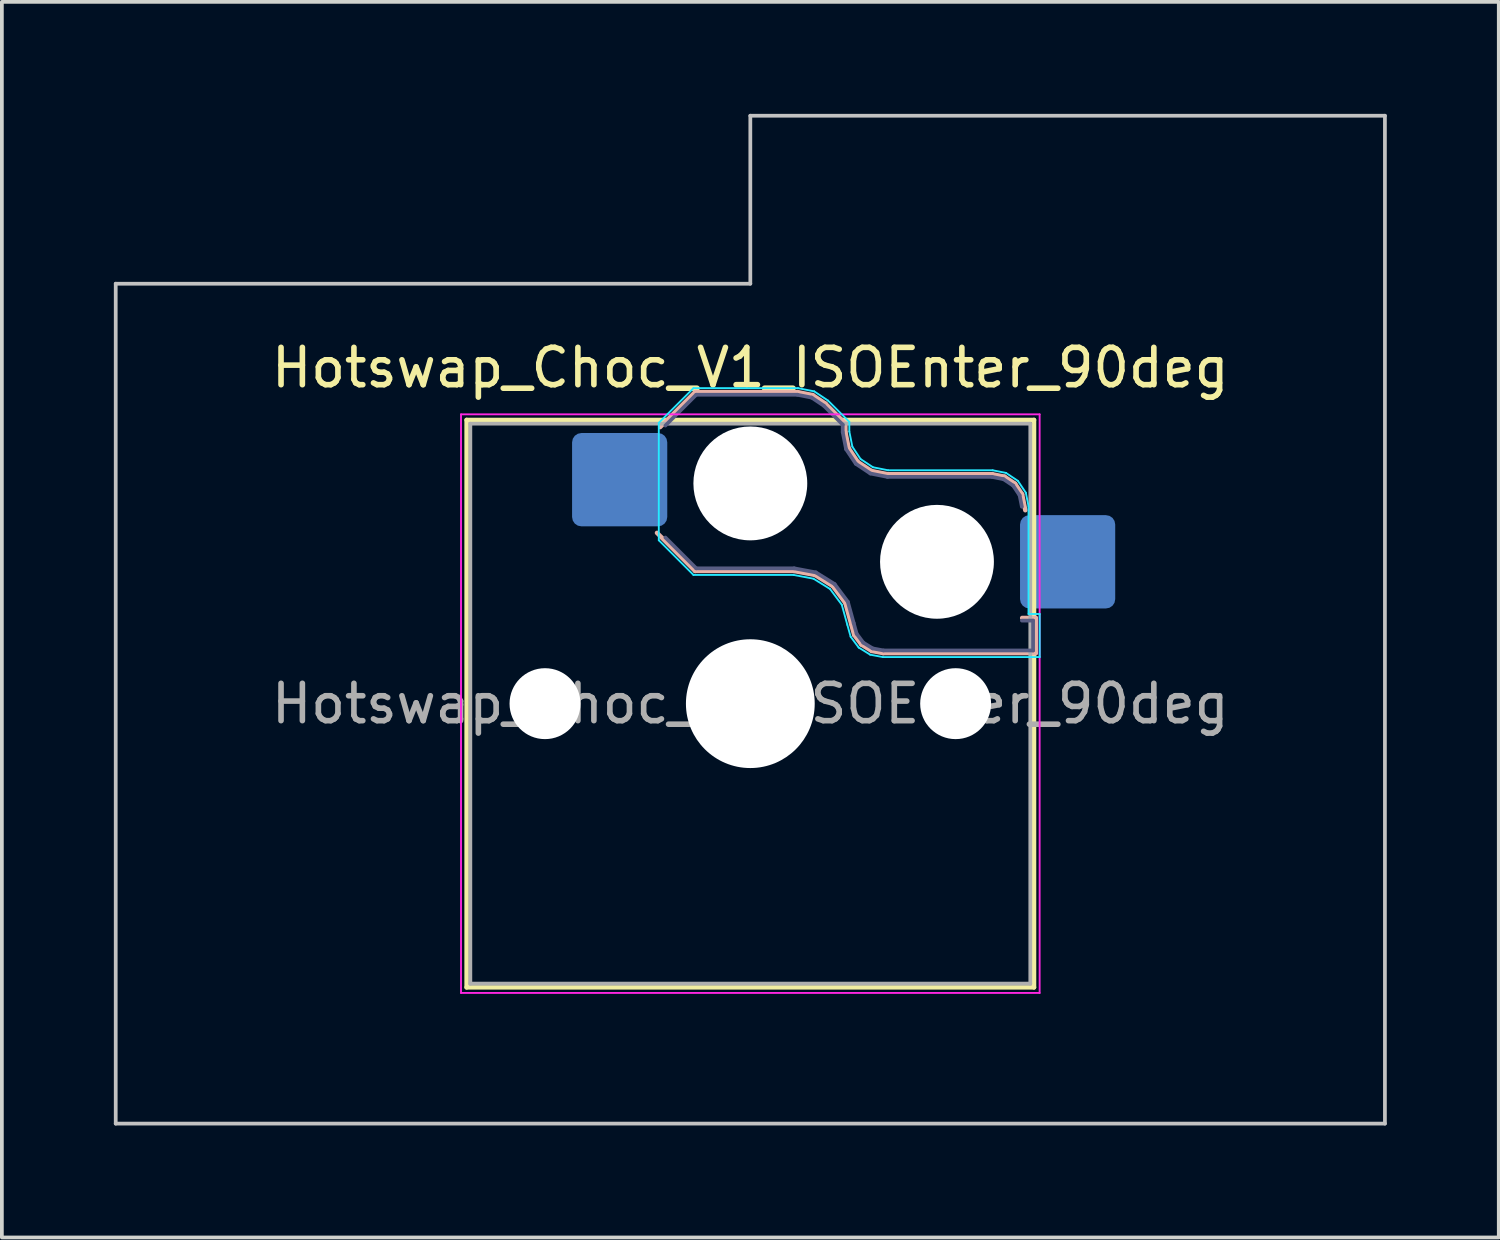
<source format=kicad_pcb>
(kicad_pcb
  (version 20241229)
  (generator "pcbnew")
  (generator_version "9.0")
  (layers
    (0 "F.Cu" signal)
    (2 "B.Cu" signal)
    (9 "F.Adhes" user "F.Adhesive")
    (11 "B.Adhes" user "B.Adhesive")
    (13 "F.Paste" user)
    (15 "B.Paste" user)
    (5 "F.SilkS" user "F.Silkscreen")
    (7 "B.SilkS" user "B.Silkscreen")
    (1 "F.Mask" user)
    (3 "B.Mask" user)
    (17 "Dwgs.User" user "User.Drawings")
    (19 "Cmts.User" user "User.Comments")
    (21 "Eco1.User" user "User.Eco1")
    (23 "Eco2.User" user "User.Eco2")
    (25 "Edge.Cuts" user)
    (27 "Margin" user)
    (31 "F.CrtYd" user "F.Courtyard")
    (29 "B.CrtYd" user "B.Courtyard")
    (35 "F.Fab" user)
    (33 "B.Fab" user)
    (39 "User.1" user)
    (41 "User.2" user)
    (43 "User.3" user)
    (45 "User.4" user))
  (footprint "Hotswap_Choc_V1_ISOEnter_90deg"
    (layer "F.Cu")
    (at 17.05 15.8)
    (property "Reference" "Hotswap_Choc_V1_ISOEnter_90deg" (at 0 -9 0) (layer "F.SilkS") (effects (font (size 1 1) (thickness 0.15))))
    (attr smd)
    (fp_line (start -7.6 -7.6) (end -7.6 7.6) (stroke (width 0.12) (type solid)) (layer "F.SilkS"))
    (fp_line (start -7.6 7.6) (end 7.6 7.6) (stroke (width 0.12) (type solid)) (layer "F.SilkS"))
    (fp_line (start 7.6 -7.6) (end -7.6 -7.6) (stroke (width 0.12) (type solid)) (layer "F.SilkS"))
    (fp_line (start 7.6 7.6) (end 7.6 -7.6) (stroke (width 0.12) (type solid)) (layer "F.SilkS"))
    (fp_line (start -2.416 -7.409) (end -1.479 -8.346) (stroke (width 0.12) (type solid)) (layer "B.SilkS"))
    (fp_line (start -1.479 -8.346) (end 1.268 -8.346) (stroke (width 0.12) (type solid)) (layer "B.SilkS"))
    (fp_line (start -1.479 -3.554) (end -2.5 -4.575) (stroke (width 0.12) (type solid)) (layer "B.SilkS"))
    (fp_line (start 1.168 -3.554) (end -1.479 -3.554) (stroke (width 0.12) (type solid)) (layer "B.SilkS"))
    (fp_line (start 1.268 -8.346) (end 1.671 -8.266) (stroke (width 0.12) (type solid)) (layer "B.SilkS"))
    (fp_line (start 1.671 -8.266) (end 2.013 -8.037) (stroke (width 0.12) (type solid)) (layer "B.SilkS"))
    (fp_line (start 1.73 -3.449) (end 1.168 -3.554) (stroke (width 0.12) (type solid)) (layer "B.SilkS"))
    (fp_line (start 2.013 -8.037) (end 2.546 -7.504) (stroke (width 0.12) (type solid)) (layer "B.SilkS"))
    (fp_line (start 2.209 -3.15) (end 1.73 -3.449) (stroke (width 0.12) (type solid)) (layer "B.SilkS"))
    (fp_line (start 2.546 -7.504) (end 2.546 -7.282) (stroke (width 0.12) (type solid)) (layer "B.SilkS"))
    (fp_line (start 2.546 -7.282) (end 2.633 -6.844) (stroke (width 0.12) (type solid)) (layer "B.SilkS"))
    (fp_line (start 2.547 -2.697) (end 2.209 -3.15) (stroke (width 0.12) (type solid)) (layer "B.SilkS"))
    (fp_line (start 2.633 -6.844) (end 2.877 -6.477) (stroke (width 0.12) (type solid)) (layer "B.SilkS"))
    (fp_line (start 2.701 -2.139) (end 2.547 -2.697) (stroke (width 0.12) (type solid)) (layer "B.SilkS"))
    (fp_line (start 2.783 -1.841) (end 2.701 -2.139) (stroke (width 0.12) (type solid)) (layer "B.SilkS"))
    (fp_line (start 2.877 -6.477) (end 3.244 -6.233) (stroke (width 0.12) (type solid)) (layer "B.SilkS"))
    (fp_line (start 2.976 -1.583) (end 2.783 -1.841) (stroke (width 0.12) (type solid)) (layer "B.SilkS"))
    (fp_line (start 3.244 -6.233) (end 3.682 -6.146) (stroke (width 0.12) (type solid)) (layer "B.SilkS"))
    (fp_line (start 3.25 -1.413) (end 2.976 -1.583) (stroke (width 0.12) (type solid)) (layer "B.SilkS"))
    (fp_line (start 3.56 -1.354) (end 3.25 -1.413) (stroke (width 0.12) (type solid)) (layer "B.SilkS"))
    (fp_line (start 3.682 -6.146) (end 6.482 -6.146) (stroke (width 0.12) (type solid)) (layer "B.SilkS"))
    (fp_line (start 6.482 -6.146) (end 6.809 -6.081) (stroke (width 0.12) (type solid)) (layer "B.SilkS"))
    (fp_line (start 6.809 -6.081) (end 7.092 -5.892) (stroke (width 0.12) (type solid)) (layer "B.SilkS"))
    (fp_line (start 7.092 -5.892) (end 7.281 -5.609) (stroke (width 0.12) (type solid)) (layer "B.SilkS"))
    (fp_line (start 7.281 -5.609) (end 7.366 -5.182) (stroke (width 0.12) (type solid)) (layer "B.SilkS"))
    (fp_line (start 7.283 -2.296) (end 7.646 -2.296) (stroke (width 0.12) (type solid)) (layer "B.SilkS"))
    (fp_line (start 7.646 -2.296) (end 7.646 -1.354) (stroke (width 0.12) (type solid)) (layer "B.SilkS"))
    (fp_line (start 7.646 -1.354) (end 3.56 -1.354) (stroke (width 0.12) (type solid)) (layer "B.SilkS"))
    (fp_line (start -17 -11.25) (end -17 11.25) (stroke (width 0.1) (type solid)) (layer "Dwgs.User"))
    (fp_line (start -17 11.25) (end 17 11.25) (stroke (width 0.1) (type solid)) (layer "Dwgs.User"))
    (fp_line (start 0 -15.75) (end 0 -11.25) (stroke (width 0.1) (type solid)) (layer "Dwgs.User"))
    (fp_line (start 0 -11.25) (end -17 -11.25) (stroke (width 0.1) (type solid)) (layer "Dwgs.User"))
    (fp_line (start 17 -15.75) (end 0 -15.75) (stroke (width 0.1) (type solid)) (layer "Dwgs.User"))
    (fp_line (start 17 11.25) (end 17 -15.75) (stroke (width 0.1) (type solid)) (layer "Dwgs.User"))
    (fp_line (start -7.25 -7.25) (end -7.25 7.25) (stroke (width 0.1) (type solid)) (layer "Eco1.User"))
    (fp_line (start -7.25 7.25) (end 7.25 7.25) (stroke (width 0.1) (type solid)) (layer "Eco1.User"))
    (fp_line (start 7.25 -7.25) (end -7.25 -7.25) (stroke (width 0.1) (type solid)) (layer "Eco1.User"))
    (fp_line (start 7.25 7.25) (end 7.25 -7.25) (stroke (width 0.1) (type solid)) (layer "Eco1.User"))
    (fp_line (start -2.452 -7.523) (end -1.523 -8.452) (stroke (width 0.05) (type solid)) (layer "B.CrtYd"))
    (fp_line (start -2.452 -4.377) (end -2.452 -7.523) (stroke (width 0.05) (type solid)) (layer "B.CrtYd"))
    (fp_line (start -1.523 -8.452) (end 1.278 -8.452) (stroke (width 0.05) (type solid)) (layer "B.CrtYd"))
    (fp_line (start -1.523 -3.448) (end -2.452 -4.377) (stroke (width 0.05) (type solid)) (layer "B.CrtYd"))
    (fp_line (start 1.159 -3.448) (end -1.523 -3.448) (stroke (width 0.05) (type solid)) (layer "B.CrtYd"))
    (fp_line (start 1.278 -8.452) (end 1.712 -8.366) (stroke (width 0.05) (type solid)) (layer "B.CrtYd"))
    (fp_line (start 1.691 -3.348) (end 1.159 -3.448) (stroke (width 0.05) (type solid)) (layer "B.CrtYd"))
    (fp_line (start 1.712 -8.366) (end 2.081 -8.119) (stroke (width 0.05) (type solid)) (layer "B.CrtYd"))
    (fp_line (start 2.081 -8.119) (end 2.652 -7.548) (stroke (width 0.05) (type solid)) (layer "B.CrtYd"))
    (fp_line (start 2.136 -3.071) (end 1.691 -3.348) (stroke (width 0.05) (type solid)) (layer "B.CrtYd"))
    (fp_line (start 2.45 -2.65) (end 2.136 -3.071) (stroke (width 0.05) (type solid)) (layer "B.CrtYd"))
    (fp_line (start 2.599 -2.111) (end 2.45 -2.65) (stroke (width 0.05) (type solid)) (layer "B.CrtYd"))
    (fp_line (start 2.652 -7.548) (end 2.652 -7.292) (stroke (width 0.05) (type solid)) (layer "B.CrtYd"))
    (fp_line (start 2.652 -7.292) (end 2.733 -6.885) (stroke (width 0.05) (type solid)) (layer "B.CrtYd"))
    (fp_line (start 2.687 -1.794) (end 2.599 -2.111) (stroke (width 0.05) (type solid)) (layer "B.CrtYd"))
    (fp_line (start 2.733 -6.885) (end 2.953 -6.553) (stroke (width 0.05) (type solid)) (layer "B.CrtYd"))
    (fp_line (start 2.903 -1.503) (end 2.687 -1.794) (stroke (width 0.05) (type solid)) (layer "B.CrtYd"))
    (fp_line (start 2.953 -6.553) (end 3.285 -6.333) (stroke (width 0.05) (type solid)) (layer "B.CrtYd"))
    (fp_line (start 3.211 -1.312) (end 2.903 -1.503) (stroke (width 0.05) (type solid)) (layer "B.CrtYd"))
    (fp_line (start 3.285 -6.333) (end 3.692 -6.252) (stroke (width 0.05) (type solid)) (layer "B.CrtYd"))
    (fp_line (start 3.55 -1.248) (end 3.211 -1.312) (stroke (width 0.05) (type solid)) (layer "B.CrtYd"))
    (fp_line (start 3.692 -6.252) (end 6.492 -6.252) (stroke (width 0.05) (type solid)) (layer "B.CrtYd"))
    (fp_line (start 6.492 -6.252) (end 6.85 -6.181) (stroke (width 0.05) (type solid)) (layer "B.CrtYd"))
    (fp_line (start 6.85 -6.181) (end 7.168 -5.968) (stroke (width 0.05) (type solid)) (layer "B.CrtYd"))
    (fp_line (start 7.168 -5.968) (end 7.381 -5.65) (stroke (width 0.05) (type solid)) (layer "B.CrtYd"))
    (fp_line (start 7.381 -5.65) (end 7.452 -5.292) (stroke (width 0.05) (type solid)) (layer "B.CrtYd"))
    (fp_line (start 7.452 -5.292) (end 7.452 -2.402) (stroke (width 0.05) (type solid)) (layer "B.CrtYd"))
    (fp_line (start 7.452 -2.402) (end 7.752 -2.402) (stroke (width 0.05) (type solid)) (layer "B.CrtYd"))
    (fp_line (start 7.752 -2.402) (end 7.752 -1.248) (stroke (width 0.05) (type solid)) (layer "B.CrtYd"))
    (fp_line (start 7.752 -1.248) (end 3.55 -1.248) (stroke (width 0.05) (type solid)) (layer "B.CrtYd"))
    (fp_line (start -7.75 -7.75) (end -7.75 7.75) (stroke (width 0.05) (type solid)) (layer "F.CrtYd"))
    (fp_line (start -7.75 7.75) (end 7.75 7.75) (stroke (width 0.05) (type solid)) (layer "F.CrtYd"))
    (fp_line (start 7.75 -7.75) (end -7.75 -7.75) (stroke (width 0.05) (type solid)) (layer "F.CrtYd"))
    (fp_line (start 7.75 7.75) (end 7.75 -7.75) (stroke (width 0.05) (type solid)) (layer "F.CrtYd"))
    (fp_line (start -2.275 -7.45) (end -1.45 -8.275) (stroke (width 0.1) (type solid)) (layer "B.Fab"))
    (fp_line (start -1.45 -8.275) (end 1.261 -8.275) (stroke (width 0.1) (type solid)) (layer "B.Fab"))
    (fp_line (start -1.45 -3.625) (end -2.275 -4.45) (stroke (width 0.1) (type solid)) (layer "B.Fab"))
    (fp_line (start 1.175 -3.625) (end -1.45 -3.625) (stroke (width 0.1) (type solid)) (layer "B.Fab"))
    (fp_line (start 1.261 -8.275) (end 1.643 -8.199) (stroke (width 0.1) (type solid)) (layer "B.Fab"))
    (fp_line (start 1.643 -8.199) (end 1.968 -7.982) (stroke (width 0.1) (type solid)) (layer "B.Fab"))
    (fp_line (start 1.756 -3.516) (end 1.175 -3.625) (stroke (width 0.1) (type solid)) (layer "B.Fab"))
    (fp_line (start 1.968 -7.982) (end 2.475 -7.475) (stroke (width 0.1) (type solid)) (layer "B.Fab"))
    (fp_line (start 2.258 -3.203) (end 1.756 -3.516) (stroke (width 0.1) (type solid)) (layer "B.Fab"))
    (fp_line (start 2.475 -7.475) (end 2.475 -7.275) (stroke (width 0.1) (type solid)) (layer "B.Fab"))
    (fp_line (start 2.475 -7.275) (end 2.566 -6.816) (stroke (width 0.1) (type solid)) (layer "B.Fab"))
    (fp_line (start 2.566 -6.816) (end 2.826 -6.426) (stroke (width 0.1) (type solid)) (layer "B.Fab"))
    (fp_line (start 2.612 -2.729) (end 2.258 -3.203) (stroke (width 0.1) (type solid)) (layer "B.Fab"))
    (fp_line (start 2.769 -2.158) (end 2.612 -2.729) (stroke (width 0.1) (type solid)) (layer "B.Fab"))
    (fp_line (start 2.826 -6.426) (end 3.216 -6.166) (stroke (width 0.1) (type solid)) (layer "B.Fab"))
    (fp_line (start 2.848 -1.873) (end 2.769 -2.158) (stroke (width 0.1) (type solid)) (layer "B.Fab"))
    (fp_line (start 3.025 -1.636) (end 2.848 -1.873) (stroke (width 0.1) (type solid)) (layer "B.Fab"))
    (fp_line (start 3.216 -6.166) (end 3.675 -6.075) (stroke (width 0.1) (type solid)) (layer "B.Fab"))
    (fp_line (start 3.276 -1.48) (end 3.025 -1.636) (stroke (width 0.1) (type solid)) (layer "B.Fab"))
    (fp_line (start 3.567 -1.425) (end 3.276 -1.48) (stroke (width 0.1) (type solid)) (layer "B.Fab"))
    (fp_line (start 3.675 -6.075) (end 6.475 -6.075) (stroke (width 0.1) (type solid)) (layer "B.Fab"))
    (fp_line (start 6.475 -6.075) (end 6.781 -6.014) (stroke (width 0.1) (type solid)) (layer "B.Fab"))
    (fp_line (start 6.781 -6.014) (end 7.041 -5.841) (stroke (width 0.1) (type solid)) (layer "B.Fab"))
    (fp_line (start 7.041 -5.841) (end 7.214 -5.581) (stroke (width 0.1) (type solid)) (layer "B.Fab"))
    (fp_line (start 7.214 -5.581) (end 7.275 -5.275) (stroke (width 0.1) (type solid)) (layer "B.Fab"))
    (fp_line (start 7.275 -2.225) (end 7.575 -2.225) (stroke (width 0.1) (type solid)) (layer "B.Fab"))
    (fp_line (start 7.575 -2.225) (end 7.575 -1.425) (stroke (width 0.1) (type solid)) (layer "B.Fab"))
    (fp_line (start 7.575 -1.425) (end 3.567 -1.425) (stroke (width 0.1) (type solid)) (layer "B.Fab"))
    (fp_line (start -7.5 -7.5) (end -7.5 7.5) (stroke (width 0.1) (type solid)) (layer "F.Fab"))
    (fp_line (start -7.5 7.5) (end 7.5 7.5) (stroke (width 0.1) (type solid)) (layer "F.Fab"))
    (fp_line (start 7.5 -7.5) (end -7.5 -7.5) (stroke (width 0.1) (type solid)) (layer "F.Fab"))
    (fp_line (start 7.5 7.5) (end 7.5 -7.5) (stroke (width 0.1) (type solid)) (layer "F.Fab"))
    (fp_text user "${REFERENCE}" (at 0 0 0) (layer "F.Fab") (effects (font (size 1 1) (thickness 0.15))))
    (pad "" np_thru_hole circle (at -5.5 0) (size 1.9 1.9) (drill 1.9) (layers "*.Cu" "*.Mask"))
    (pad "" np_thru_hole circle (at 0 -5.9) (size 3.05 3.05) (drill 3.05) (layers "*.Cu" "*.Mask"))
    (pad "" np_thru_hole circle (at 0 0) (size 3.45 3.45) (drill 3.45) (layers "*.Cu" "*.Mask"))
    (pad "" np_thru_hole circle (at 5 -3.8) (size 3.05 3.05) (drill 3.05) (layers "*.Cu" "*.Mask"))
    (pad "" np_thru_hole circle (at 5.5 0) (size 1.9 1.9) (drill 1.9) (layers "*.Cu" "*.Mask"))
    (pad "1" smd roundrect (at -3.5 -6) (size 2.55 2.5) (layers "B.Cu" "B.Mask" "B.Paste") (roundrect_rratio 0.1))
    (pad "2" smd roundrect (at 8.5 -3.8) (size 2.55 2.5) (layers "B.Cu" "B.Mask" "B.Paste") (roundrect_rratio 0.1)))
  (gr_rect
    (start -3 -3)
    (end 37.1 30.1)
    (stroke (width 0.1) (type default))
    (fill no)
    (layer "Edge.Cuts")))
</source>
